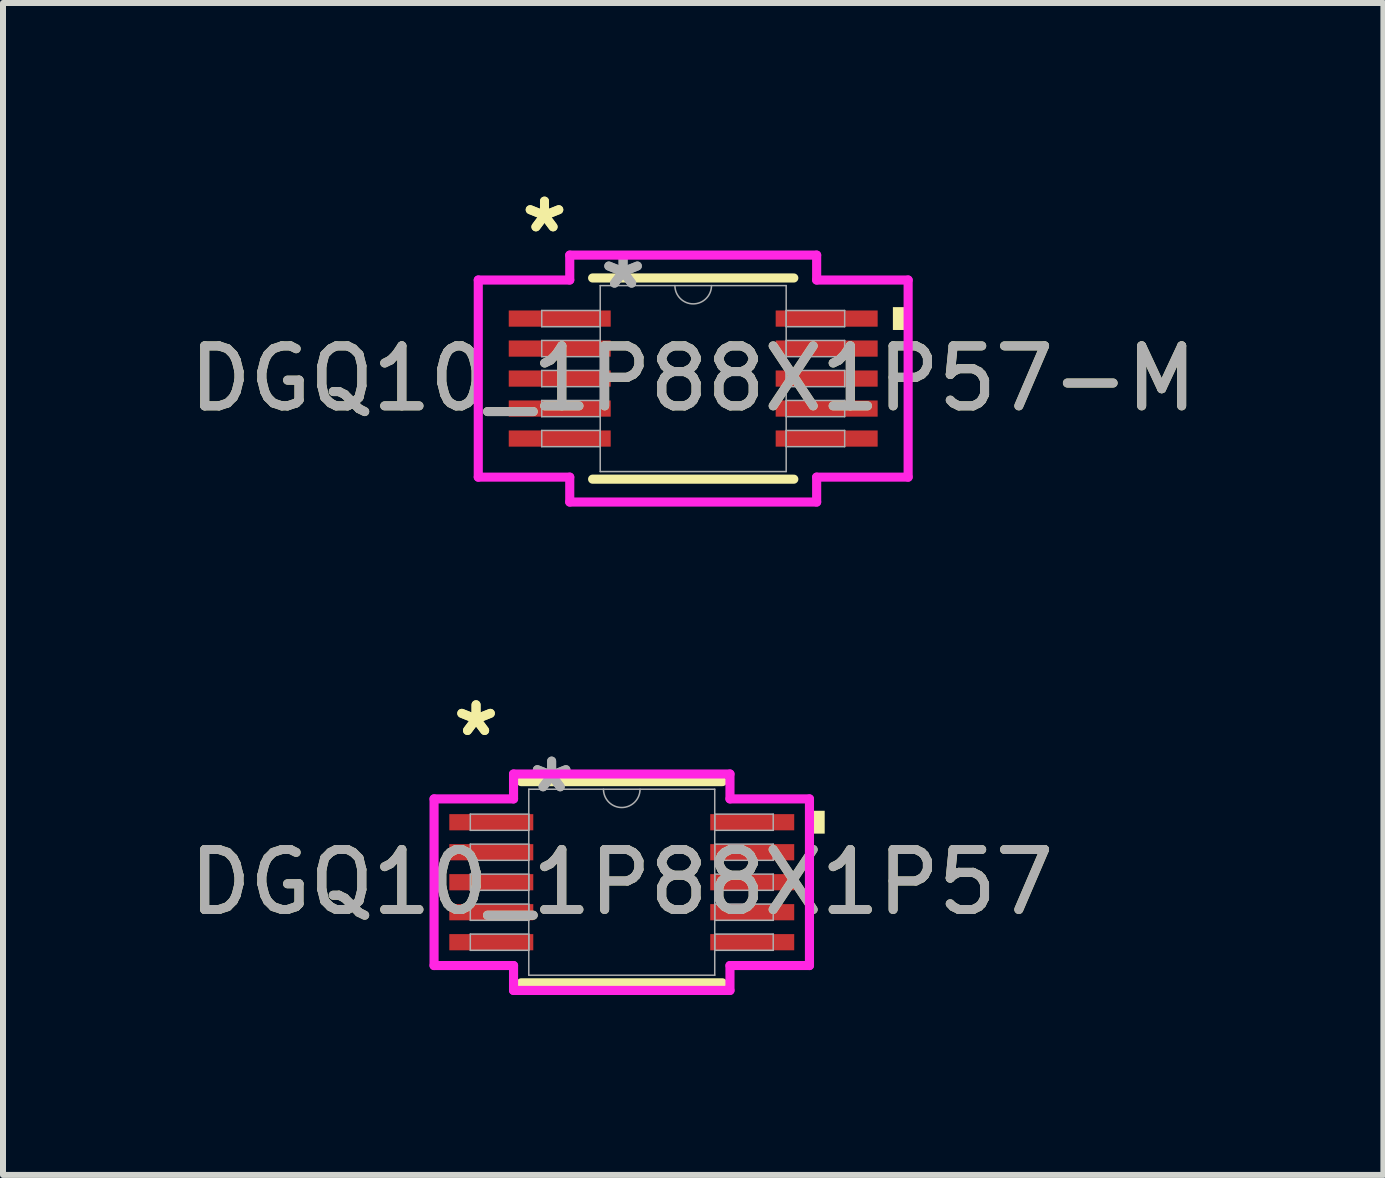
<source format=kicad_pcb>
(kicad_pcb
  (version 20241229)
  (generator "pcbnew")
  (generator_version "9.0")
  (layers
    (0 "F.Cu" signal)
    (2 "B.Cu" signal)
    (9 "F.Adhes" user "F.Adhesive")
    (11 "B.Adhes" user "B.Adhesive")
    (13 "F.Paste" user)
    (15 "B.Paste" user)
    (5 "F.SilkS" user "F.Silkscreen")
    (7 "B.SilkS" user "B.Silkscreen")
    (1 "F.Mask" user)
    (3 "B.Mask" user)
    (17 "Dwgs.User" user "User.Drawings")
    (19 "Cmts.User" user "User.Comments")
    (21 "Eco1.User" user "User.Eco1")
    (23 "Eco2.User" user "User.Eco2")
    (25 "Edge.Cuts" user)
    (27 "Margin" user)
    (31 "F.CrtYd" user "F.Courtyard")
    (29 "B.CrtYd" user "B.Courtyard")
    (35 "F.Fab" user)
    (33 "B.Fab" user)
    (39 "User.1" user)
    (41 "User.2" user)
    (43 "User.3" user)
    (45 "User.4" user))
  (footprint "DGQ10_1P88X1P57-M"
    (layer "F.Cu")
    (at 8.506 3.261)
    (property "Reference" "DGQ10_1P88X1P57-M" (at 0 0 0) (unlocked yes) (layer "F.SilkS") (effects (font (size 1 1) (thickness 0.15))))
    (attr smd)
    (fp_line (start -1.677 1.677) (end 1.677 1.677) (stroke (width 0.152) (type solid)) (layer "F.SilkS"))
    (fp_line (start 1.677 -1.677) (end -1.677 -1.677) (stroke (width 0.152) (type solid)) (layer "F.SilkS"))
    (fp_poly (pts (xy 3.583 -1.191) (xy 3.583 -0.81) (xy 3.329 -0.81) (xy 3.329 -1.191)) (stroke (width 0) (type solid)) (fill yes) (layer "F.SilkS"))
    (fp_line (start -3.583 -1.643) (end -2.058 -1.643) (stroke (width 0.152) (type solid)) (layer "F.CrtYd"))
    (fp_line (start -3.583 1.643) (end -3.583 -1.643) (stroke (width 0.152) (type solid)) (layer "F.CrtYd"))
    (fp_line (start -3.583 1.643) (end -2.058 1.643) (stroke (width 0.152) (type solid)) (layer "F.CrtYd"))
    (fp_line (start -2.058 -2.058) (end 2.058 -2.058) (stroke (width 0.152) (type solid)) (layer "F.CrtYd"))
    (fp_line (start -2.058 -1.643) (end -2.058 -2.058) (stroke (width 0.152) (type solid)) (layer "F.CrtYd"))
    (fp_line (start -2.058 2.058) (end -2.058 1.643) (stroke (width 0.152) (type solid)) (layer "F.CrtYd"))
    (fp_line (start 2.058 -2.058) (end 2.058 -1.643) (stroke (width 0.152) (type solid)) (layer "F.CrtYd"))
    (fp_line (start 2.058 1.643) (end 2.058 2.058) (stroke (width 0.152) (type solid)) (layer "F.CrtYd"))
    (fp_line (start 2.058 2.058) (end -2.058 2.058) (stroke (width 0.152) (type solid)) (layer "F.CrtYd"))
    (fp_line (start 3.583 -1.643) (end 2.058 -1.643) (stroke (width 0.152) (type solid)) (layer "F.CrtYd"))
    (fp_line (start 3.583 -1.643) (end 3.583 1.643) (stroke (width 0.152) (type solid)) (layer "F.CrtYd"))
    (fp_line (start 3.583 1.643) (end 2.058 1.643) (stroke (width 0.152) (type solid)) (layer "F.CrtYd"))
    (fp_line (start -2.525 -1.135) (end -2.525 -0.865) (stroke (width 0.025) (type solid)) (layer "F.Fab"))
    (fp_line (start -2.525 -0.865) (end -1.55 -0.865) (stroke (width 0.025) (type solid)) (layer "F.Fab"))
    (fp_line (start -2.525 -0.635) (end -2.525 -0.365) (stroke (width 0.025) (type solid)) (layer "F.Fab"))
    (fp_line (start -2.525 -0.365) (end -1.55 -0.365) (stroke (width 0.025) (type solid)) (layer "F.Fab"))
    (fp_line (start -2.525 -0.135) (end -2.525 0.135) (stroke (width 0.025) (type solid)) (layer "F.Fab"))
    (fp_line (start -2.525 0.135) (end -1.55 0.135) (stroke (width 0.025) (type solid)) (layer "F.Fab"))
    (fp_line (start -2.525 0.365) (end -2.525 0.635) (stroke (width 0.025) (type solid)) (layer "F.Fab"))
    (fp_line (start -2.525 0.635) (end -1.55 0.635) (stroke (width 0.025) (type solid)) (layer "F.Fab"))
    (fp_line (start -2.525 0.865) (end -2.525 1.135) (stroke (width 0.025) (type solid)) (layer "F.Fab"))
    (fp_line (start -2.525 1.135) (end -1.55 1.135) (stroke (width 0.025) (type solid)) (layer "F.Fab"))
    (fp_line (start -1.55 -1.55) (end -1.55 1.55) (stroke (width 0.025) (type solid)) (layer "F.Fab"))
    (fp_line (start -1.55 -1.135) (end -2.525 -1.135) (stroke (width 0.025) (type solid)) (layer "F.Fab"))
    (fp_line (start -1.55 -0.865) (end -1.55 -1.135) (stroke (width 0.025) (type solid)) (layer "F.Fab"))
    (fp_line (start -1.55 -0.635) (end -2.525 -0.635) (stroke (width 0.025) (type solid)) (layer "F.Fab"))
    (fp_line (start -1.55 -0.365) (end -1.55 -0.635) (stroke (width 0.025) (type solid)) (layer "F.Fab"))
    (fp_line (start -1.55 -0.135) (end -2.525 -0.135) (stroke (width 0.025) (type solid)) (layer "F.Fab"))
    (fp_line (start -1.55 0.135) (end -1.55 -0.135) (stroke (width 0.025) (type solid)) (layer "F.Fab"))
    (fp_line (start -1.55 0.365) (end -2.525 0.365) (stroke (width 0.025) (type solid)) (layer "F.Fab"))
    (fp_line (start -1.55 0.635) (end -1.55 0.365) (stroke (width 0.025) (type solid)) (layer "F.Fab"))
    (fp_line (start -1.55 0.865) (end -2.525 0.865) (stroke (width 0.025) (type solid)) (layer "F.Fab"))
    (fp_line (start -1.55 1.135) (end -1.55 0.865) (stroke (width 0.025) (type solid)) (layer "F.Fab"))
    (fp_line (start -1.55 1.55) (end 1.55 1.55) (stroke (width 0.025) (type solid)) (layer "F.Fab"))
    (fp_line (start 1.55 -1.55) (end -1.55 -1.55) (stroke (width 0.025) (type solid)) (layer "F.Fab"))
    (fp_line (start 1.55 -1.135) (end 1.55 -0.865) (stroke (width 0.025) (type solid)) (layer "F.Fab"))
    (fp_line (start 1.55 -0.865) (end 2.525 -0.865) (stroke (width 0.025) (type solid)) (layer "F.Fab"))
    (fp_line (start 1.55 -0.635) (end 1.55 -0.365) (stroke (width 0.025) (type solid)) (layer "F.Fab"))
    (fp_line (start 1.55 -0.365) (end 2.525 -0.365) (stroke (width 0.025) (type solid)) (layer "F.Fab"))
    (fp_line (start 1.55 -0.135) (end 1.55 0.135) (stroke (width 0.025) (type solid)) (layer "F.Fab"))
    (fp_line (start 1.55 0.135) (end 2.525 0.135) (stroke (width 0.025) (type solid)) (layer "F.Fab"))
    (fp_line (start 1.55 0.365) (end 1.55 0.635) (stroke (width 0.025) (type solid)) (layer "F.Fab"))
    (fp_line (start 1.55 0.635) (end 2.525 0.635) (stroke (width 0.025) (type solid)) (layer "F.Fab"))
    (fp_line (start 1.55 0.865) (end 1.55 1.135) (stroke (width 0.025) (type solid)) (layer "F.Fab"))
    (fp_line (start 1.55 1.135) (end 2.525 1.135) (stroke (width 0.025) (type solid)) (layer "F.Fab"))
    (fp_line (start 1.55 1.55) (end 1.55 -1.55) (stroke (width 0.025) (type solid)) (layer "F.Fab"))
    (fp_line (start 2.525 -1.135) (end 1.55 -1.135) (stroke (width 0.025) (type solid)) (layer "F.Fab"))
    (fp_line (start 2.525 -0.865) (end 2.525 -1.135) (stroke (width 0.025) (type solid)) (layer "F.Fab"))
    (fp_line (start 2.525 -0.635) (end 1.55 -0.635) (stroke (width 0.025) (type solid)) (layer "F.Fab"))
    (fp_line (start 2.525 -0.365) (end 2.525 -0.635) (stroke (width 0.025) (type solid)) (layer "F.Fab"))
    (fp_line (start 2.525 -0.135) (end 1.55 -0.135) (stroke (width 0.025) (type solid)) (layer "F.Fab"))
    (fp_line (start 2.525 0.135) (end 2.525 -0.135) (stroke (width 0.025) (type solid)) (layer "F.Fab"))
    (fp_line (start 2.525 0.365) (end 1.55 0.365) (stroke (width 0.025) (type solid)) (layer "F.Fab"))
    (fp_line (start 2.525 0.635) (end 2.525 0.365) (stroke (width 0.025) (type solid)) (layer "F.Fab"))
    (fp_line (start 2.525 0.865) (end 1.55 0.865) (stroke (width 0.025) (type solid)) (layer "F.Fab"))
    (fp_line (start 2.525 1.135) (end 2.525 0.865) (stroke (width 0.025) (type solid)) (layer "F.Fab"))
    (fp_arc (start 0.3048 -1.549999) (mid 0 -1.245199) (end -0.3048 -1.549999) (stroke (width 0.0254) (type solid)) (layer "F.Fab"))
    (fp_text user "*" (at -2.479 -2.413 0) (unlocked yes) (layer "F.SilkS") (effects (font (size 1 1) (thickness 0.15))))
    (fp_text user "*" (at -2.479 -2.413 0) (layer "F.SilkS") (effects (font (size 1 1) (thickness 0.15))))
    (fp_text user "${REFERENCE}" (at 0 0 0) (unlocked yes) (layer "F.Fab") (effects (font (size 1 1) (thickness 0.15))))
    (fp_text user "*" (at -1.169 -1.474 0) (unlocked yes) (layer "F.Fab") (effects (font (size 1 1) (thickness 0.15))))
    (fp_text user "*" (at -1.169 -1.474 0) (layer "F.Fab") (effects (font (size 1 1) (thickness 0.15))))
    (pad "1" smd rect (at -2.225 -1) (size 1.7 0.27) (layers "F.Cu" "F.Mask" "F.Paste"))
    (pad "2" smd rect (at -2.225 -0.5) (size 1.7 0.27) (layers "F.Cu" "F.Mask" "F.Paste"))
    (pad "3" smd rect (at -2.225 0) (size 1.7 0.27) (layers "F.Cu" "F.Mask" "F.Paste"))
    (pad "4" smd rect (at -2.225 0.5) (size 1.7 0.27) (layers "F.Cu" "F.Mask" "F.Paste"))
    (pad "5" smd rect (at -2.225 1) (size 1.7 0.27) (layers "F.Cu" "F.Mask" "F.Paste"))
    (pad "6" smd rect (at 2.225 1) (size 1.7 0.27) (layers "F.Cu" "F.Mask" "F.Paste"))
    (pad "7" smd rect (at 2.225 0.5) (size 1.7 0.27) (layers "F.Cu" "F.Mask" "F.Paste"))
    (pad "8" smd rect (at 2.225 0) (size 1.7 0.27) (layers "F.Cu" "F.Mask" "F.Paste"))
    (pad "9" smd rect (at 2.225 -0.5) (size 1.7 0.27) (layers "F.Cu" "F.Mask" "F.Paste"))
    (pad "10" smd rect (at 2.225 -1) (size 1.7 0.27) (layers "F.Cu" "F.Mask" "F.Paste")))
  (footprint "DGQ10_1P88X1P57"
    (layer "F.Cu")
    (at 7.315 11.657)
    (property "Reference" "DGQ10_1P88X1P57" (at 0 0 0) (unlocked yes) (layer "F.SilkS") (effects (font (size 1 1) (thickness 0.15))))
    (attr smd)
    (fp_line (start -1.677 1.677) (end 1.677 1.677) (stroke (width 0.152) (type solid)) (layer "F.SilkS"))
    (fp_line (start 1.677 -1.677) (end -1.677 -1.677) (stroke (width 0.152) (type solid)) (layer "F.SilkS"))
    (fp_poly (pts (xy 3.383 -1.191) (xy 3.383 -0.81) (xy 3.129 -0.81) (xy 3.129 -1.191)) (stroke (width 0) (type solid)) (fill yes) (layer "F.SilkS"))
    (fp_line (start -3.129 -1.389) (end -1.804 -1.389) (stroke (width 0.152) (type solid)) (layer "F.CrtYd"))
    (fp_line (start -3.129 1.389) (end -3.129 -1.389) (stroke (width 0.152) (type solid)) (layer "F.CrtYd"))
    (fp_line (start -3.129 1.389) (end -1.804 1.389) (stroke (width 0.152) (type solid)) (layer "F.CrtYd"))
    (fp_line (start -1.804 -1.804) (end 1.804 -1.804) (stroke (width 0.152) (type solid)) (layer "F.CrtYd"))
    (fp_line (start -1.804 -1.389) (end -1.804 -1.804) (stroke (width 0.152) (type solid)) (layer "F.CrtYd"))
    (fp_line (start -1.804 1.804) (end -1.804 1.389) (stroke (width 0.152) (type solid)) (layer "F.CrtYd"))
    (fp_line (start 1.804 -1.804) (end 1.804 -1.389) (stroke (width 0.152) (type solid)) (layer "F.CrtYd"))
    (fp_line (start 1.804 1.389) (end 1.804 1.804) (stroke (width 0.152) (type solid)) (layer "F.CrtYd"))
    (fp_line (start 1.804 1.804) (end -1.804 1.804) (stroke (width 0.152) (type solid)) (layer "F.CrtYd"))
    (fp_line (start 3.129 -1.389) (end 1.804 -1.389) (stroke (width 0.152) (type solid)) (layer "F.CrtYd"))
    (fp_line (start 3.129 -1.389) (end 3.129 1.389) (stroke (width 0.152) (type solid)) (layer "F.CrtYd"))
    (fp_line (start 3.129 1.389) (end 1.804 1.389) (stroke (width 0.152) (type solid)) (layer "F.CrtYd"))
    (fp_line (start -2.525 -1.135) (end -2.525 -0.865) (stroke (width 0.025) (type solid)) (layer "F.Fab"))
    (fp_line (start -2.525 -0.865) (end -1.55 -0.865) (stroke (width 0.025) (type solid)) (layer "F.Fab"))
    (fp_line (start -2.525 -0.635) (end -2.525 -0.365) (stroke (width 0.025) (type solid)) (layer "F.Fab"))
    (fp_line (start -2.525 -0.365) (end -1.55 -0.365) (stroke (width 0.025) (type solid)) (layer "F.Fab"))
    (fp_line (start -2.525 -0.135) (end -2.525 0.135) (stroke (width 0.025) (type solid)) (layer "F.Fab"))
    (fp_line (start -2.525 0.135) (end -1.55 0.135) (stroke (width 0.025) (type solid)) (layer "F.Fab"))
    (fp_line (start -2.525 0.365) (end -2.525 0.635) (stroke (width 0.025) (type solid)) (layer "F.Fab"))
    (fp_line (start -2.525 0.635) (end -1.55 0.635) (stroke (width 0.025) (type solid)) (layer "F.Fab"))
    (fp_line (start -2.525 0.865) (end -2.525 1.135) (stroke (width 0.025) (type solid)) (layer "F.Fab"))
    (fp_line (start -2.525 1.135) (end -1.55 1.135) (stroke (width 0.025) (type solid)) (layer "F.Fab"))
    (fp_line (start -1.55 -1.55) (end -1.55 1.55) (stroke (width 0.025) (type solid)) (layer "F.Fab"))
    (fp_line (start -1.55 -1.135) (end -2.525 -1.135) (stroke (width 0.025) (type solid)) (layer "F.Fab"))
    (fp_line (start -1.55 -0.865) (end -1.55 -1.135) (stroke (width 0.025) (type solid)) (layer "F.Fab"))
    (fp_line (start -1.55 -0.635) (end -2.525 -0.635) (stroke (width 0.025) (type solid)) (layer "F.Fab"))
    (fp_line (start -1.55 -0.365) (end -1.55 -0.635) (stroke (width 0.025) (type solid)) (layer "F.Fab"))
    (fp_line (start -1.55 -0.135) (end -2.525 -0.135) (stroke (width 0.025) (type solid)) (layer "F.Fab"))
    (fp_line (start -1.55 0.135) (end -1.55 -0.135) (stroke (width 0.025) (type solid)) (layer "F.Fab"))
    (fp_line (start -1.55 0.365) (end -2.525 0.365) (stroke (width 0.025) (type solid)) (layer "F.Fab"))
    (fp_line (start -1.55 0.635) (end -1.55 0.365) (stroke (width 0.025) (type solid)) (layer "F.Fab"))
    (fp_line (start -1.55 0.865) (end -2.525 0.865) (stroke (width 0.025) (type solid)) (layer "F.Fab"))
    (fp_line (start -1.55 1.135) (end -1.55 0.865) (stroke (width 0.025) (type solid)) (layer "F.Fab"))
    (fp_line (start -1.55 1.55) (end 1.55 1.55) (stroke (width 0.025) (type solid)) (layer "F.Fab"))
    (fp_line (start 1.55 -1.55) (end -1.55 -1.55) (stroke (width 0.025) (type solid)) (layer "F.Fab"))
    (fp_line (start 1.55 -1.135) (end 1.55 -0.865) (stroke (width 0.025) (type solid)) (layer "F.Fab"))
    (fp_line (start 1.55 -0.865) (end 2.525 -0.865) (stroke (width 0.025) (type solid)) (layer "F.Fab"))
    (fp_line (start 1.55 -0.635) (end 1.55 -0.365) (stroke (width 0.025) (type solid)) (layer "F.Fab"))
    (fp_line (start 1.55 -0.365) (end 2.525 -0.365) (stroke (width 0.025) (type solid)) (layer "F.Fab"))
    (fp_line (start 1.55 -0.135) (end 1.55 0.135) (stroke (width 0.025) (type solid)) (layer "F.Fab"))
    (fp_line (start 1.55 0.135) (end 2.525 0.135) (stroke (width 0.025) (type solid)) (layer "F.Fab"))
    (fp_line (start 1.55 0.365) (end 1.55 0.635) (stroke (width 0.025) (type solid)) (layer "F.Fab"))
    (fp_line (start 1.55 0.635) (end 2.525 0.635) (stroke (width 0.025) (type solid)) (layer "F.Fab"))
    (fp_line (start 1.55 0.865) (end 1.55 1.135) (stroke (width 0.025) (type solid)) (layer "F.Fab"))
    (fp_line (start 1.55 1.135) (end 2.525 1.135) (stroke (width 0.025) (type solid)) (layer "F.Fab"))
    (fp_line (start 1.55 1.55) (end 1.55 -1.55) (stroke (width 0.025) (type solid)) (layer "F.Fab"))
    (fp_line (start 2.525 -1.135) (end 1.55 -1.135) (stroke (width 0.025) (type solid)) (layer "F.Fab"))
    (fp_line (start 2.525 -0.865) (end 2.525 -1.135) (stroke (width 0.025) (type solid)) (layer "F.Fab"))
    (fp_line (start 2.525 -0.635) (end 1.55 -0.635) (stroke (width 0.025) (type solid)) (layer "F.Fab"))
    (fp_line (start 2.525 -0.365) (end 2.525 -0.635) (stroke (width 0.025) (type solid)) (layer "F.Fab"))
    (fp_line (start 2.525 -0.135) (end 1.55 -0.135) (stroke (width 0.025) (type solid)) (layer "F.Fab"))
    (fp_line (start 2.525 0.135) (end 2.525 -0.135) (stroke (width 0.025) (type solid)) (layer "F.Fab"))
    (fp_line (start 2.525 0.365) (end 1.55 0.365) (stroke (width 0.025) (type solid)) (layer "F.Fab"))
    (fp_line (start 2.525 0.635) (end 2.525 0.365) (stroke (width 0.025) (type solid)) (layer "F.Fab"))
    (fp_line (start 2.525 0.865) (end 1.55 0.865) (stroke (width 0.025) (type solid)) (layer "F.Fab"))
    (fp_line (start 2.525 1.135) (end 2.525 0.865) (stroke (width 0.025) (type solid)) (layer "F.Fab"))
    (fp_arc (start 0.3048 -1.549999) (mid 0 -1.245199) (end -0.3048 -1.549999) (stroke (width 0.0254) (type solid)) (layer "F.Fab"))
    (fp_text user "*" (at -2.429 -2.413 0) (layer "F.SilkS") (effects (font (size 1 1) (thickness 0.15))))
    (fp_text user "*" (at -2.429 -2.413 0) (unlocked yes) (layer "F.SilkS") (effects (font (size 1 1) (thickness 0.15))))
    (fp_text user "${REFERENCE}" (at 0 0 0) (unlocked yes) (layer "F.Fab") (effects (font (size 1 1) (thickness 0.15))))
    (fp_text user "*" (at -1.169 -1.474 0) (layer "F.Fab") (effects (font (size 1 1) (thickness 0.15))))
    (fp_text user "*" (at -1.169 -1.474 0) (unlocked yes) (layer "F.Fab") (effects (font (size 1 1) (thickness 0.15))))
    (pad "1" smd rect (at -2.175 -1) (size 1.4 0.27) (layers "F.Cu" "F.Mask" "F.Paste"))
    (pad "2" smd rect (at -2.175 -0.5) (size 1.4 0.27) (layers "F.Cu" "F.Mask" "F.Paste"))
    (pad "3" smd rect (at -2.175 0) (size 1.4 0.27) (layers "F.Cu" "F.Mask" "F.Paste"))
    (pad "4" smd rect (at -2.175 0.5) (size 1.4 0.27) (layers "F.Cu" "F.Mask" "F.Paste"))
    (pad "5" smd rect (at -2.175 1) (size 1.4 0.27) (layers "F.Cu" "F.Mask" "F.Paste"))
    (pad "6" smd rect (at 2.175 1) (size 1.4 0.27) (layers "F.Cu" "F.Mask" "F.Paste"))
    (pad "7" smd rect (at 2.175 0.5) (size 1.4 0.27) (layers "F.Cu" "F.Mask" "F.Paste"))
    (pad "8" smd rect (at 2.175 0) (size 1.4 0.27) (layers "F.Cu" "F.Mask" "F.Paste"))
    (pad "9" smd rect (at 2.175 -0.5) (size 1.4 0.27) (layers "F.Cu" "F.Mask" "F.Paste"))
    (pad "10" smd rect (at 2.175 -1) (size 1.4 0.27) (layers "F.Cu" "F.Mask" "F.Paste")))
  (gr_rect
    (start -3 -3)
    (end 20.012 16.537)
    (stroke (width 0.1) (type default))
    (fill no)
    (layer "Edge.Cuts")))
</source>
